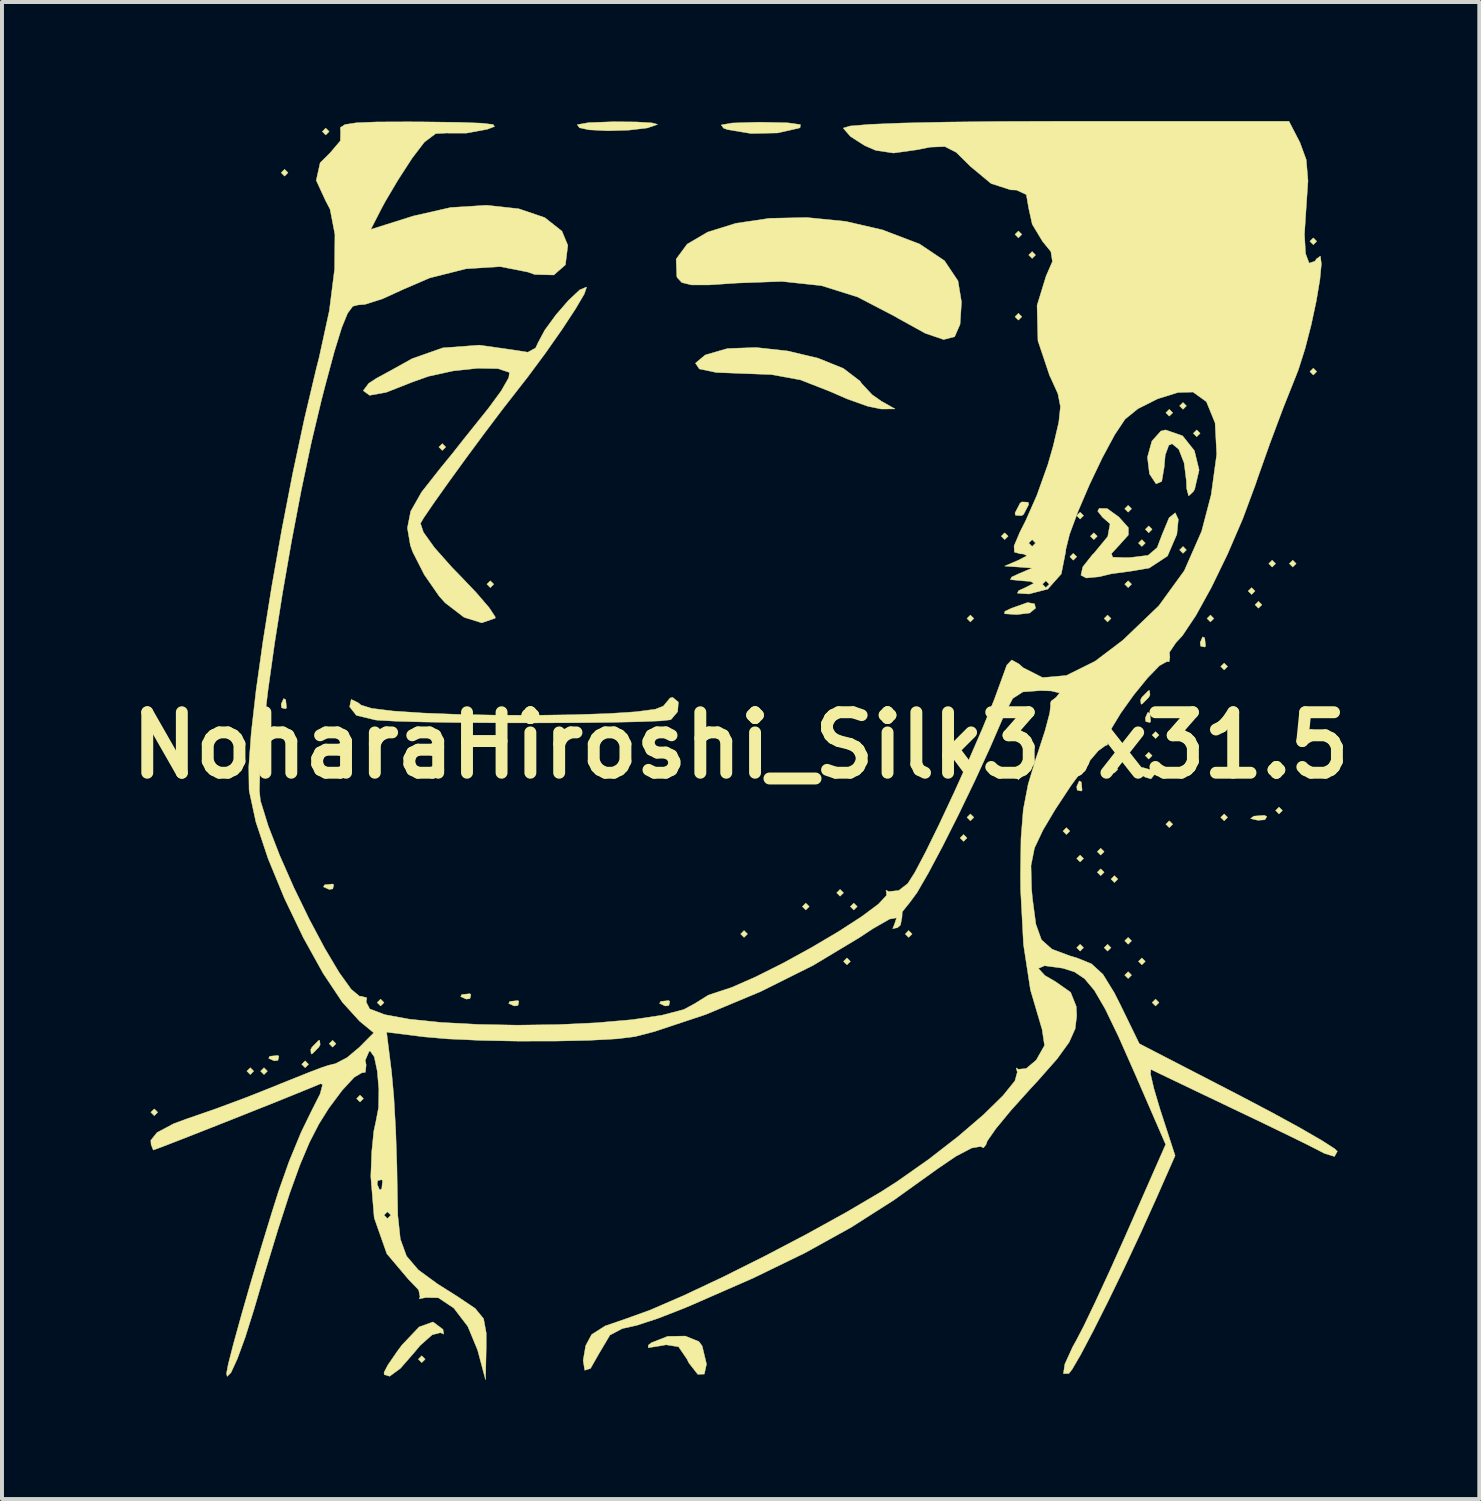
<source format=kicad_pcb>
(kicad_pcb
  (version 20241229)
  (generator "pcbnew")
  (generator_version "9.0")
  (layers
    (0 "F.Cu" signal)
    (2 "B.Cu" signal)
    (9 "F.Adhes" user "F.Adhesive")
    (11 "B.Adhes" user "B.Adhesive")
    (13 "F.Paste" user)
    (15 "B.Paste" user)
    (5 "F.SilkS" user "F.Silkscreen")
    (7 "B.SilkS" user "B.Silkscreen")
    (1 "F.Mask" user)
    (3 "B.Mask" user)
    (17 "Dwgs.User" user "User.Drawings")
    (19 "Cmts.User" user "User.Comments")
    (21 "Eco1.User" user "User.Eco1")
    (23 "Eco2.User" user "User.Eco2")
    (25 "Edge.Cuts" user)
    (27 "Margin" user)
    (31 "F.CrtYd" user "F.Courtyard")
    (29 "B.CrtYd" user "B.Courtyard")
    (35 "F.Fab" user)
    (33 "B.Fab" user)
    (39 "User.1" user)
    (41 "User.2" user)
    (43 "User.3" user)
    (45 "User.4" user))
  (footprint "NoharaHiroshi_Silk30x31.5"
    (layer "F.Cu")
    (at 15.61 15.729)
    (property "Reference" "NoharaHiroshi_Silk30x31.5" (at 0 0 0) (layer "F.SilkS") (effects (font (size 1.524 1.524) (thickness 0.3))))
    (attr through_hole)
    (fp_poly (pts (xy -14.687 9.244) (xy -14.773 9.331) (xy -14.86 9.244) (xy -14.773 9.158) (xy -14.687 9.244)) (stroke (width 0.01) (type solid)) (fill yes) (layer "F.SilkS"))
    (fp_poly (pts (xy -12.268 8.207) (xy -12.354 8.294) (xy -12.441 8.207) (xy -12.354 8.121) (xy -12.268 8.207)) (stroke (width 0.01) (type solid)) (fill yes) (layer "F.SilkS"))
    (fp_poly (pts (xy -11.922 8.207) (xy -12.009 8.294) (xy -12.095 8.207) (xy -12.009 8.121) (xy -11.922 8.207)) (stroke (width 0.01) (type solid)) (fill yes) (layer "F.SilkS"))
    (fp_poly (pts (xy -11.404 -14.428) (xy -11.49 -14.341) (xy -11.577 -14.428) (xy -11.49 -14.514) (xy -11.404 -14.428)) (stroke (width 0.01) (type solid)) (fill yes) (layer "F.SilkS"))
    (fp_poly (pts (xy -10.886 8.035) (xy -10.972 8.121) (xy -11.059 8.035) (xy -10.972 7.948) (xy -10.886 8.035)) (stroke (width 0.01) (type solid)) (fill yes) (layer "F.SilkS"))
    (fp_poly (pts (xy -10.367 -15.465) (xy -10.454 -15.378) (xy -10.54 -15.465) (xy -10.454 -15.551) (xy -10.367 -15.465)) (stroke (width 0.01) (type solid)) (fill yes) (layer "F.SilkS"))
    (fp_poly (pts (xy -10.195 7.516) (xy -10.281 7.603) (xy -10.367 7.516) (xy -10.281 7.43) (xy -10.195 7.516)) (stroke (width 0.01) (type solid)) (fill yes) (layer "F.SilkS"))
    (fp_poly (pts (xy -9.503 8.899) (xy -9.59 8.985) (xy -9.676 8.899) (xy -9.59 8.812) (xy -9.503 8.899)) (stroke (width 0.01) (type solid)) (fill yes) (layer "F.SilkS"))
    (fp_poly (pts (xy -8.985 6.48) (xy -9.071 6.566) (xy -9.158 6.48) (xy -9.071 6.393) (xy -8.985 6.48)) (stroke (width 0.01) (type solid)) (fill yes) (layer "F.SilkS"))
    (fp_poly (pts (xy -7.948 15.465) (xy -8.035 15.551) (xy -8.121 15.465) (xy -8.035 15.378) (xy -7.948 15.465)) (stroke (width 0.01) (type solid)) (fill yes) (layer "F.SilkS"))
    (fp_poly (pts (xy -7.43 -7.516) (xy -7.516 -7.43) (xy -7.603 -7.516) (xy -7.516 -7.603) (xy -7.43 -7.516)) (stroke (width 0.01) (type solid)) (fill yes) (layer "F.SilkS"))
    (fp_poly (pts (xy -6.22 -4.061) (xy -6.307 -3.974) (xy -6.393 -4.061) (xy -6.307 -4.147) (xy -6.22 -4.061)) (stroke (width 0.01) (type solid)) (fill yes) (layer "F.SilkS"))
    (fp_poly (pts (xy 0.173 4.752) (xy 0.086 4.838) (xy 0 4.752) (xy 0.086 4.665) (xy 0.173 4.752)) (stroke (width 0.01) (type solid)) (fill yes) (layer "F.SilkS"))
    (fp_poly (pts (xy 1.728 4.061) (xy 1.641 4.147) (xy 1.555 4.061) (xy 1.641 3.974) (xy 1.728 4.061)) (stroke (width 0.01) (type solid)) (fill yes) (layer "F.SilkS"))
    (fp_poly (pts (xy 2.592 3.715) (xy 2.505 3.801) (xy 2.419 3.715) (xy 2.505 3.629) (xy 2.592 3.715)) (stroke (width 0.01) (type solid)) (fill yes) (layer "F.SilkS"))
    (fp_poly (pts (xy 2.765 5.443) (xy 2.678 5.529) (xy 2.592 5.443) (xy 2.678 5.356) (xy 2.765 5.443)) (stroke (width 0.01) (type solid)) (fill yes) (layer "F.SilkS"))
    (fp_poly (pts (xy 2.937 4.061) (xy 2.851 4.147) (xy 2.765 4.061) (xy 2.851 3.974) (xy 2.937 4.061)) (stroke (width 0.01) (type solid)) (fill yes) (layer "F.SilkS"))
    (fp_poly (pts (xy 4.32 4.752) (xy 4.233 4.838) (xy 4.147 4.752) (xy 4.233 4.665) (xy 4.32 4.752)) (stroke (width 0.01) (type solid)) (fill yes) (layer "F.SilkS"))
    (fp_poly (pts (xy 5.356 -0.086) (xy 5.27 0) (xy 5.184 -0.086) (xy 5.27 -0.173) (xy 5.356 -0.086)) (stroke (width 0.01) (type solid)) (fill yes) (layer "F.SilkS"))
    (fp_poly (pts (xy 5.702 2.333) (xy 5.616 2.419) (xy 5.529 2.333) (xy 5.616 2.246) (xy 5.702 2.333)) (stroke (width 0.01) (type solid)) (fill yes) (layer "F.SilkS"))
    (fp_poly (pts (xy 5.875 -3.197) (xy 5.788 -3.11) (xy 5.702 -3.197) (xy 5.788 -3.283) (xy 5.875 -3.197)) (stroke (width 0.01) (type solid)) (fill yes) (layer "F.SilkS"))
    (fp_poly (pts (xy 5.875 1.814) (xy 5.788 1.901) (xy 5.702 1.814) (xy 5.788 1.728) (xy 5.875 1.814)) (stroke (width 0.01) (type solid)) (fill yes) (layer "F.SilkS"))
    (fp_poly (pts (xy 6.739 -5.27) (xy 6.652 -5.184) (xy 6.566 -5.27) (xy 6.652 -5.356) (xy 6.739 -5.27)) (stroke (width 0.01) (type solid)) (fill yes) (layer "F.SilkS"))
    (fp_poly (pts (xy 7.084 -12.873) (xy 6.998 -12.786) (xy 6.912 -12.873) (xy 6.998 -12.959) (xy 7.084 -12.873)) (stroke (width 0.01) (type solid)) (fill yes) (layer "F.SilkS"))
    (fp_poly (pts (xy 7.084 -10.799) (xy 6.998 -10.713) (xy 6.912 -10.799) (xy 6.998 -10.886) (xy 7.084 -10.799)) (stroke (width 0.01) (type solid)) (fill yes) (layer "F.SilkS"))
    (fp_poly (pts (xy 7.084 0.778) (xy 6.998 0.864) (xy 6.912 0.778) (xy 6.998 0.691) (xy 7.084 0.778)) (stroke (width 0.01) (type solid)) (fill yes) (layer "F.SilkS"))
    (fp_poly (pts (xy 7.43 -12.354) (xy 7.344 -12.268) (xy 7.257 -12.354) (xy 7.344 -12.441) (xy 7.43 -12.354)) (stroke (width 0.01) (type solid)) (fill yes) (layer "F.SilkS"))
    (fp_poly (pts (xy 8.294 2.16) (xy 8.207 2.246) (xy 8.121 2.16) (xy 8.207 2.073) (xy 8.294 2.16)) (stroke (width 0.01) (type solid)) (fill yes) (layer "F.SilkS"))
    (fp_poly (pts (xy 8.467 -4.752) (xy 8.38 -4.665) (xy 8.294 -4.752) (xy 8.38 -4.838) (xy 8.467 -4.752)) (stroke (width 0.01) (type solid)) (fill yes) (layer "F.SilkS"))
    (fp_poly (pts (xy 8.639 -5.788) (xy 8.553 -5.702) (xy 8.467 -5.788) (xy 8.553 -5.875) (xy 8.639 -5.788)) (stroke (width 0.01) (type solid)) (fill yes) (layer "F.SilkS"))
    (fp_poly (pts (xy 8.639 2.851) (xy 8.553 2.937) (xy 8.467 2.851) (xy 8.553 2.765) (xy 8.639 2.851)) (stroke (width 0.01) (type solid)) (fill yes) (layer "F.SilkS"))
    (fp_poly (pts (xy 8.639 5.097) (xy 8.553 5.184) (xy 8.467 5.097) (xy 8.553 5.011) (xy 8.639 5.097)) (stroke (width 0.01) (type solid)) (fill yes) (layer "F.SilkS"))
    (fp_poly (pts (xy 8.985 -5.27) (xy 8.899 -5.184) (xy 8.812 -5.27) (xy 8.899 -5.356) (xy 8.985 -5.27)) (stroke (width 0.01) (type solid)) (fill yes) (layer "F.SilkS"))
    (fp_poly (pts (xy 9.158 2.678) (xy 9.071 2.765) (xy 8.985 2.678) (xy 9.071 2.592) (xy 9.158 2.678)) (stroke (width 0.01) (type solid)) (fill yes) (layer "F.SilkS"))
    (fp_poly (pts (xy 9.158 3.197) (xy 9.071 3.283) (xy 8.985 3.197) (xy 9.071 3.11) (xy 9.158 3.197)) (stroke (width 0.01) (type solid)) (fill yes) (layer "F.SilkS"))
    (fp_poly (pts (xy 9.331 -3.197) (xy 9.244 -3.11) (xy 9.158 -3.197) (xy 9.244 -3.283) (xy 9.331 -3.197)) (stroke (width 0.01) (type solid)) (fill yes) (layer "F.SilkS"))
    (fp_poly (pts (xy 9.331 5.097) (xy 9.244 5.184) (xy 9.158 5.097) (xy 9.244 5.011) (xy 9.331 5.097)) (stroke (width 0.01) (type solid)) (fill yes) (layer "F.SilkS"))
    (fp_poly (pts (xy 9.503 0.605) (xy 9.417 0.691) (xy 9.331 0.605) (xy 9.417 0.518) (xy 9.503 0.605)) (stroke (width 0.01) (type solid)) (fill yes) (layer "F.SilkS"))
    (fp_poly (pts (xy 9.503 3.369) (xy 9.417 3.456) (xy 9.331 3.369) (xy 9.417 3.283) (xy 9.503 3.369)) (stroke (width 0.01) (type solid)) (fill yes) (layer "F.SilkS"))
    (fp_poly (pts (xy 9.849 -5.961) (xy 9.763 -5.875) (xy 9.676 -5.961) (xy 9.763 -6.048) (xy 9.849 -5.961)) (stroke (width 0.01) (type solid)) (fill yes) (layer "F.SilkS"))
    (fp_poly (pts (xy 9.849 -4.061) (xy 9.763 -3.974) (xy 9.676 -4.061) (xy 9.763 -4.147) (xy 9.849 -4.061)) (stroke (width 0.01) (type solid)) (fill yes) (layer "F.SilkS"))
    (fp_poly (pts (xy 9.849 4.924) (xy 9.763 5.011) (xy 9.676 4.924) (xy 9.763 4.838) (xy 9.849 4.924)) (stroke (width 0.01) (type solid)) (fill yes) (layer "F.SilkS"))
    (fp_poly (pts (xy 9.849 5.788) (xy 9.763 5.875) (xy 9.676 5.788) (xy 9.763 5.702) (xy 9.849 5.788)) (stroke (width 0.01) (type solid)) (fill yes) (layer "F.SilkS"))
    (fp_poly (pts (xy 10.195 -5.097) (xy 10.108 -5.011) (xy 10.022 -5.097) (xy 10.108 -5.184) (xy 10.195 -5.097)) (stroke (width 0.01) (type solid)) (fill yes) (layer "F.SilkS"))
    (fp_poly (pts (xy 10.195 5.443) (xy 10.108 5.529) (xy 10.022 5.443) (xy 10.108 5.356) (xy 10.195 5.443)) (stroke (width 0.01) (type solid)) (fill yes) (layer "F.SilkS"))
    (fp_poly (pts (xy 10.367 -5.443) (xy 10.281 -5.356) (xy 10.195 -5.443) (xy 10.281 -5.529) (xy 10.367 -5.443)) (stroke (width 0.01) (type solid)) (fill yes) (layer "F.SilkS"))
    (fp_poly (pts (xy 10.367 0.259) (xy 10.281 0.346) (xy 10.195 0.259) (xy 10.281 0.173) (xy 10.367 0.259)) (stroke (width 0.01) (type solid)) (fill yes) (layer "F.SilkS"))
    (fp_poly (pts (xy 10.54 -0.259) (xy 10.454 -0.173) (xy 10.367 -0.259) (xy 10.454 -0.346) (xy 10.54 -0.259)) (stroke (width 0.01) (type solid)) (fill yes) (layer "F.SilkS"))
    (fp_poly (pts (xy 10.54 6.48) (xy 10.454 6.566) (xy 10.367 6.48) (xy 10.454 6.393) (xy 10.54 6.48)) (stroke (width 0.01) (type solid)) (fill yes) (layer "F.SilkS"))
    (fp_poly (pts (xy 10.886 -8.38) (xy 10.799 -8.294) (xy 10.713 -8.38) (xy 10.799 -8.467) (xy 10.886 -8.38)) (stroke (width 0.01) (type solid)) (fill yes) (layer "F.SilkS"))
    (fp_poly (pts (xy 10.886 1.987) (xy 10.799 2.073) (xy 10.713 1.987) (xy 10.799 1.901) (xy 10.886 1.987)) (stroke (width 0.01) (type solid)) (fill yes) (layer "F.SilkS"))
    (fp_poly (pts (xy 11.231 -8.553) (xy 11.145 -8.467) (xy 11.059 -8.553) (xy 11.145 -8.639) (xy 11.231 -8.553)) (stroke (width 0.01) (type solid)) (fill yes) (layer "F.SilkS"))
    (fp_poly (pts (xy 11.231 -4.924) (xy 11.145 -4.838) (xy 11.059 -4.924) (xy 11.145 -5.011) (xy 11.231 -4.924)) (stroke (width 0.01) (type solid)) (fill yes) (layer "F.SilkS"))
    (fp_poly (pts (xy 11.577 -7.862) (xy 11.49 -7.776) (xy 11.404 -7.862) (xy 11.49 -7.948) (xy 11.577 -7.862)) (stroke (width 0.01) (type solid)) (fill yes) (layer "F.SilkS"))
    (fp_poly (pts (xy 11.922 -3.197) (xy 11.836 -3.11) (xy 11.75 -3.197) (xy 11.836 -3.283) (xy 11.922 -3.197)) (stroke (width 0.01) (type solid)) (fill yes) (layer "F.SilkS"))
    (fp_poly (pts (xy 12.268 -1.987) (xy 12.182 -1.901) (xy 12.095 -1.987) (xy 12.182 -2.073) (xy 12.268 -1.987)) (stroke (width 0.01) (type solid)) (fill yes) (layer "F.SilkS"))
    (fp_poly (pts (xy 12.268 1.814) (xy 12.182 1.901) (xy 12.095 1.814) (xy 12.182 1.728) (xy 12.268 1.814)) (stroke (width 0.01) (type solid)) (fill yes) (layer "F.SilkS"))
    (fp_poly (pts (xy 12.959 -3.888) (xy 12.873 -3.801) (xy 12.786 -3.888) (xy 12.873 -3.974) (xy 12.959 -3.888)) (stroke (width 0.01) (type solid)) (fill yes) (layer "F.SilkS"))
    (fp_poly (pts (xy 13.132 -3.542) (xy 13.046 -3.456) (xy 12.959 -3.542) (xy 13.046 -3.629) (xy 13.132 -3.542)) (stroke (width 0.01) (type solid)) (fill yes) (layer "F.SilkS"))
    (fp_poly (pts (xy 13.478 -4.579) (xy 13.391 -4.493) (xy 13.305 -4.579) (xy 13.391 -4.665) (xy 13.478 -4.579)) (stroke (width 0.01) (type solid)) (fill yes) (layer "F.SilkS"))
    (fp_poly (pts (xy 13.65 1.641) (xy 13.564 1.728) (xy 13.478 1.641) (xy 13.564 1.555) (xy 13.65 1.641)) (stroke (width 0.01) (type solid)) (fill yes) (layer "F.SilkS"))
    (fp_poly (pts (xy 13.996 -4.579) (xy 13.91 -4.493) (xy 13.823 -4.579) (xy 13.91 -4.665) (xy 13.996 -4.579)) (stroke (width 0.01) (type solid)) (fill yes) (layer "F.SilkS"))
    (fp_poly (pts (xy 14.514 -12.7) (xy 14.428 -12.614) (xy 14.341 -12.7) (xy 14.428 -12.786) (xy 14.514 -12.7)) (stroke (width 0.01) (type solid)) (fill yes) (layer "F.SilkS"))
    (fp_poly (pts (xy 14.514 -9.417) (xy 14.428 -9.331) (xy 14.341 -9.417) (xy 14.428 -9.503) (xy 14.514 -9.417)) (stroke (width 0.01) (type solid)) (fill yes) (layer "F.SilkS"))
    (fp_poly (pts (xy -11.634 7.833) (xy -11.658 7.936) (xy -11.75 7.948) (xy -11.892 7.885) (xy -11.865 7.833) (xy -11.66 7.812) (xy -11.634 7.833)) (stroke (width 0.01) (type solid)) (fill yes) (layer "F.SilkS"))
    (fp_poly (pts (xy -11.462 -1.152) (xy -11.441 -0.947) (xy -11.462 -0.922) (xy -11.564 -0.945) (xy -11.577 -1.037) (xy -11.514 -1.179) (xy -11.462 -1.152)) (stroke (width 0.01) (type solid)) (fill yes) (layer "F.SilkS"))
    (fp_poly (pts (xy -10.252 3.513) (xy -10.276 3.616) (xy -10.367 3.629) (xy -10.51 3.565) (xy -10.483 3.513) (xy -10.277 3.493) (xy -10.252 3.513)) (stroke (width 0.01) (type solid)) (fill yes) (layer "F.SilkS"))
    (fp_poly (pts (xy -6.796 6.278) (xy -6.82 6.381) (xy -6.912 6.393) (xy -7.054 6.33) (xy -7.027 6.278) (xy -6.822 6.257) (xy -6.796 6.278)) (stroke (width 0.01) (type solid)) (fill yes) (layer "F.SilkS"))
    (fp_poly (pts (xy -5.587 6.451) (xy -5.611 6.554) (xy -5.702 6.566) (xy -5.844 6.503) (xy -5.817 6.451) (xy -5.612 6.43) (xy -5.587 6.451)) (stroke (width 0.01) (type solid)) (fill yes) (layer "F.SilkS"))
    (fp_poly (pts (xy -1.785 6.451) (xy -1.809 6.554) (xy -1.901 6.566) (xy -2.043 6.503) (xy -2.016 6.451) (xy -1.811 6.43) (xy -1.785 6.451)) (stroke (width 0.01) (type solid)) (fill yes) (layer "F.SilkS"))
    (fp_poly (pts (xy 8.582 0.922) (xy 8.603 1.127) (xy 8.582 1.152) (xy 8.479 1.128) (xy 8.467 1.037) (xy 8.53 0.895) (xy 8.582 0.922)) (stroke (width 0.01) (type solid)) (fill yes) (layer "F.SilkS"))
    (fp_poly (pts (xy 10.31 -0.806) (xy 10.33 -0.601) (xy 10.31 -0.576) (xy 10.207 -0.6) (xy 10.195 -0.691) (xy 10.258 -0.833) (xy 10.31 -0.806)) (stroke (width 0.01) (type solid)) (fill yes) (layer "F.SilkS"))
    (fp_poly (pts (xy 11.692 -2.707) (xy 11.713 -2.502) (xy 11.692 -2.477) (xy 11.589 -2.5) (xy 11.577 -2.592) (xy 11.64 -2.734) (xy 11.692 -2.707)) (stroke (width 0.01) (type solid)) (fill yes) (layer "F.SilkS"))
    (fp_poly (pts (xy 13.258 1.796) (xy 13.206 1.875) (xy 13.031 1.887) (xy 12.847 1.845) (xy 12.927 1.783) (xy 13.197 1.762) (xy 13.258 1.796)) (stroke (width 0.01) (type solid)) (fill yes) (layer "F.SilkS"))
    (fp_poly (pts (xy -10.594 7.542) (xy -10.627 7.603) (xy -10.789 7.768) (xy -10.82 7.776) (xy -10.832 7.664) (xy -10.799 7.603) (xy -10.637 7.438) (xy -10.606 7.43) (xy -10.594 7.542)) (stroke (width 0.01) (type solid)) (fill yes) (layer "F.SilkS"))
    (fp_poly (pts (xy 7.244 -6.126) (xy 7.257 -6.068) (xy 7.131 -5.824) (xy 7.084 -5.788) (xy 6.925 -5.796) (xy 6.912 -5.854) (xy 7.038 -6.099) (xy 7.084 -6.134) (xy 7.244 -6.126)) (stroke (width 0.01) (type solid)) (fill yes) (layer "F.SilkS"))
    (fp_poly (pts (xy 7.405 -3.566) (xy 7.43 -3.456) (xy 7.281 -3.334) (xy 6.955 -3.295) (xy 6.647 -3.316) (xy 6.658 -3.377) (xy 6.825 -3.456) (xy 7.229 -3.599) (xy 7.405 -3.566)) (stroke (width 0.01) (type solid)) (fill yes) (layer "F.SilkS"))
    (fp_poly (pts (xy 10.142 0.562) (xy 10.402 0.635) (xy 10.432 0.727) (xy 10.337 0.845) (xy 10.191 0.8) (xy 10.024 0.696) (xy 9.892 0.578) (xy 10.07 0.557) (xy 10.142 0.562)) (stroke (width 0.01) (type solid)) (fill yes) (layer "F.SilkS"))
    (fp_poly (pts (xy 10.313 -1.271) (xy 10.281 -1.21) (xy 10.118 -1.045) (xy 10.088 -1.037) (xy 10.076 -1.148) (xy 10.108 -1.21) (xy 10.271 -1.375) (xy 10.301 -1.382) (xy 10.313 -1.271)) (stroke (width 0.01) (type solid)) (fill yes) (layer "F.SilkS"))
    (fp_poly (pts (xy 1.182 -15.685) (xy 1.507 -15.64) (xy 1.497 -15.564) (xy 1.469 -15.551) (xy 0.926 -15.429) (xy 0.258 -15.416) (xy -0.331 -15.514) (xy -0.432 -15.551) (xy -0.489 -15.631) (xy -0.213 -15.68) (xy 0.402 -15.699) (xy 0.518 -15.7) (xy 1.182 -15.685)) (stroke (width 0.01) (type solid)) (fill yes) (layer "F.SilkS"))
    (fp_poly (pts (xy -2.633 -15.707) (xy -2.235 -15.683) (xy -2.095 -15.646) (xy -2.097 -15.643) (xy -2.347 -15.556) (xy -2.807 -15.501) (xy -3.342 -15.484) (xy -3.819 -15.508) (xy -4.061 -15.56) (xy -4.117 -15.638) (xy -3.833 -15.689) (xy -3.211 -15.712) (xy -3.211 -15.712) (xy -2.633 -15.707)) (stroke (width 0.01) (type solid)) (fill yes) (layer "F.SilkS"))
    (fp_poly (pts (xy -7.5 14.714) (xy -7.48 14.833) (xy -7.565 14.797) (xy -7.772 14.85) (xy -8.077 15.121) (xy -8.217 15.289) (xy -8.572 15.696) (xy -8.843 15.895) (xy -8.978 15.855) (xy -8.985 15.799) (xy -8.889 15.613) (xy -8.649 15.264) (xy -8.533 15.108) (xy -8.1 14.652) (xy -7.751 14.526) (xy -7.5 14.714)) (stroke (width 0.01) (type solid)) (fill yes) (layer "F.SilkS"))
    (fp_poly (pts (xy -1.053 15.019) (xy -0.969 15.133) (xy -0.86 15.588) (xy -0.915 15.84) (xy -1.08 15.846) (xy -1.304 15.56) (xy -1.353 15.461) (xy -1.564 15.152) (xy -1.878 15.102) (xy -2.028 15.129) (xy -2.327 15.176) (xy -2.325 15.11) (xy -2.246 15.049) (xy -1.84 14.889) (xy -1.394 14.882) (xy -1.053 15.019)) (stroke (width 0.01) (type solid)) (fill yes) (layer "F.SilkS"))
    (fp_poly (pts (xy 11.134 -7.799) (xy 11.432 -7.425) (xy 11.551 -6.938) (xy 11.438 -6.451) (xy 11.404 -6.393) (xy 11.287 -6.284) (xy 11.237 -6.471) (xy 11.231 -6.652) (xy 11.173 -7.114) (xy 11.038 -7.46) (xy 10.87 -7.599) (xy 10.787 -7.562) (xy 10.697 -7.315) (xy 10.67 -7.005) (xy 10.609 -6.65) (xy 10.466 -6.588) (xy 10.3 -6.839) (xy 10.249 -7.261) (xy 10.361 -7.666) (xy 10.587 -7.919) (xy 10.705 -7.948) (xy 11.134 -7.799)) (stroke (width 0.01) (type solid)) (fill yes) (layer "F.SilkS"))
    (fp_poly (pts (xy 1.182 -9.937) (xy 1.949 -9.755) (xy 2.589 -9.497) (xy 3.004 -9.18) (xy 3.049 -9.116) (xy 3.316 -8.831) (xy 3.542 -8.673) (xy 3.888 -8.477) (xy 3.542 -8.474) (xy 3.204 -8.543) (xy 2.687 -8.727) (xy 2.246 -8.919) (xy 1.507 -9.208) (xy 0.773 -9.342) (xy 0.13 -9.366) (xy -0.616 -9.395) (xy -1.041 -9.484) (xy -1.139 -9.63) (xy -0.901 -9.829) (xy -0.88 -9.84) (xy -0.332 -9.998) (xy 0.389 -10.024) (xy 1.182 -9.937)) (stroke (width 0.01) (type solid)) (fill yes) (layer "F.SilkS"))
    (fp_poly (pts (xy 2.648 -13.201) (xy 3.572 -12.988) (xy 4.511 -12.63) (xy 5.135 -12.211) (xy 5.476 -11.702) (xy 5.564 -11.17) (xy 5.528 -10.608) (xy 5.392 -10.296) (xy 5.114 -10.224) (xy 4.651 -10.382) (xy 3.961 -10.763) (xy 3.889 -10.806) (xy 2.947 -11.296) (xy 2.037 -11.582) (xy 1.04 -11.689) (xy -0.087 -11.648) (xy -0.799 -11.6) (xy -1.24 -11.601) (xy -1.482 -11.66) (xy -1.597 -11.784) (xy -1.609 -11.814) (xy -1.625 -12.252) (xy -1.348 -12.628) (xy -0.83 -12.932) (xy -0.122 -13.153) (xy 0.728 -13.279) (xy 1.668 -13.299) (xy 2.648 -13.201)) (stroke (width 0.01) (type solid)) (fill yes) (layer "F.SilkS"))
    (fp_poly (pts (xy 9.234 -5.967) (xy 9.527 -5.755) (xy 9.527 -5.755) (xy 9.769 -5.486) (xy 9.769 -5.301) (xy 9.548 -5.055) (xy 9.342 -4.831) (xy 9.373 -4.741) (xy 9.689 -4.73) (xy 9.831 -4.734) (xy 10.266 -4.788) (xy 10.494 -4.983) (xy 10.619 -5.313) (xy 10.794 -5.733) (xy 10.949 -5.86) (xy 11.027 -5.694) (xy 10.99 -5.318) (xy 10.754 -4.77) (xy 10.294 -4.468) (xy 9.838 -4.39) (xy 9.336 -4.322) (xy 9.032 -4.248) (xy 8.706 -4.217) (xy 8.573 -4.288) (xy 8.62 -4.497) (xy 8.863 -4.804) (xy 8.904 -4.843) (xy 9.249 -5.262) (xy 9.307 -5.581) (xy 9.115 -5.75) (xy 8.996 -5.901) (xy 9.033 -5.971) (xy 9.234 -5.967)) (stroke (width 0.01) (type solid)) (fill yes) (layer "F.SilkS"))
    (fp_poly (pts (xy -1.569 -1.091) (xy -1.587 -0.849) (xy -1.751 -0.654) (xy -1.773 -0.644) (xy -2.013 -0.617) (xy -2.535 -0.596) (xy -3.274 -0.58) (xy -4.166 -0.57) (xy -5.147 -0.566) (xy -6.153 -0.568) (xy -7.119 -0.575) (xy -7.982 -0.589) (xy -8.678 -0.608) (xy -9.142 -0.634) (xy -9.201 -0.64) (xy -9.682 -0.756) (xy -9.849 -0.968) (xy -9.849 -0.982) (xy -9.811 -1.158) (xy -9.638 -1.075) (xy -9.563 -1.015) (xy -9.3 -0.933) (xy -8.767 -0.866) (xy -8.026 -0.816) (xy -7.138 -0.781) (xy -6.163 -0.761) (xy -5.164 -0.758) (xy -4.202 -0.772) (xy -3.338 -0.801) (xy -2.633 -0.847) (xy -2.148 -0.911) (xy -1.945 -0.991) (xy -1.944 -0.994) (xy -1.777 -1.194) (xy -1.713 -1.21) (xy -1.569 -1.091)) (stroke (width 0.01) (type solid)) (fill yes) (layer "F.SilkS"))
    (fp_poly (pts (xy -3.882 -11.543) (xy -3.938 -11.375) (xy -4.159 -10.999) (xy -4.5 -10.48) (xy -4.916 -9.886) (xy -5.364 -9.282) (xy -5.663 -8.899) (xy -6.015 -8.447) (xy -6.448 -7.873) (xy -6.912 -7.246) (xy -7.355 -6.635) (xy -7.729 -6.108) (xy -7.984 -5.734) (xy -8.067 -5.594) (xy -7.993 -5.371) (xy -7.713 -4.98) (xy -7.277 -4.489) (xy -7.123 -4.331) (xy -6.665 -3.852) (xy -6.335 -3.468) (xy -6.184 -3.238) (xy -6.184 -3.204) (xy -6.522 -3.087) (xy -6.968 -3.226) (xy -7.442 -3.589) (xy -7.595 -3.758) (xy -7.969 -4.298) (xy -8.26 -4.869) (xy -8.321 -5.039) (xy -8.396 -5.476) (xy -8.313 -5.897) (xy -8.038 -6.382) (xy -7.541 -7.013) (xy -7.522 -7.035) (xy -7.248 -7.37) (xy -7.171 -7.469) (xy -6.972 -7.721) (xy -6.639 -8.137) (xy -6.357 -8.489) (xy -6.033 -8.93) (xy -5.843 -9.262) (xy -5.824 -9.395) (xy -6.116 -9.492) (xy -6.627 -9.501) (xy -7.246 -9.434) (xy -7.861 -9.299) (xy -8.27 -9.154) (xy -8.93 -8.894) (xy -9.348 -8.819) (xy -9.503 -8.932) (xy -9.503 -8.944) (xy -9.37 -9.121) (xy -9.179 -9.246) (xy -8.811 -9.446) (xy -8.338 -9.709) (xy -8.278 -9.743) (xy -7.505 -10.015) (xy -6.583 -10.084) (xy -5.76 -9.967) (xy -5.362 -9.905) (xy -5.166 -10.012) (xy -5.106 -10.141) (xy -4.936 -10.46) (xy -4.653 -10.847) (xy -4.334 -11.215) (xy -4.053 -11.477) (xy -3.887 -11.546) (xy -3.882 -11.543)) (stroke (width 0.01) (type solid)) (fill yes) (layer "F.SilkS"))
    (fp_poly (pts (xy 14.09 -15.191) (xy 14.249 -14.757) (xy 14.294 -14.223) (xy 14.249 -13.563) (xy 14.205 -12.878) (xy 14.232 -12.392) (xy 14.322 -12.15) (xy 14.465 -12.196) (xy 14.508 -12.257) (xy 14.606 -12.327) (xy 14.631 -12.13) (xy 14.593 -11.732) (xy 14.504 -11.2) (xy 14.376 -10.6) (xy 14.222 -10.001) (xy 14.053 -9.468) (xy 13.975 -9.268) (xy 13.676 -8.519) (xy 13.337 -7.614) (xy 13.023 -6.729) (xy 12.972 -6.577) (xy 12.652 -5.713) (xy 12.269 -4.823) (xy 11.862 -3.984) (xy 11.47 -3.273) (xy 11.13 -2.764) (xy 10.966 -2.587) (xy 10.802 -2.343) (xy 10.814 -2.222) (xy 10.795 -2.106) (xy 10.739 -2.112) (xy 10.553 -2.009) (xy 10.253 -1.7) (xy 9.906 -1.274) (xy 9.58 -0.818) (xy 9.339 -0.421) (xy 9.252 -0.173) (xy 9.259 -0.148) (xy 9.239 -0.007) (xy 9.197 0) (xy 9.009 0.137) (xy 8.698 0.501) (xy 8.317 1.021) (xy 7.919 1.625) (xy 7.617 2.134) (xy 7.403 2.586) (xy 7.315 3.028) (xy 7.329 3.611) (xy 7.352 3.861) (xy 7.438 4.506) (xy 7.579 4.899) (xy 7.845 5.135) (xy 8.306 5.307) (xy 8.467 5.353) (xy 8.839 5.504) (xy 9.128 5.769) (xy 9.415 6.236) (xy 9.558 6.519) (xy 10.044 7.516) (xy 12.538 8.804) (xy 13.376 9.245) (xy 14.095 9.638) (xy 14.641 9.954) (xy 14.966 10.163) (xy 15.033 10.229) (xy 14.961 10.358) (xy 14.704 10.279) (xy 14.555 10.201) (xy 14.287 10.064) (xy 13.779 9.815) (xy 13.106 9.489) (xy 12.354 9.13) (xy 11.612 8.776) (xy 10.985 8.476) (xy 10.539 8.262) (xy 10.338 8.164) (xy 10.336 8.163) (xy 10.326 8.28) (xy 10.411 8.646) (xy 10.571 9.184) (xy 10.583 9.219) (xy 10.946 10.337) (xy 10.463 11.432) (xy 10.076 12.289) (xy 9.664 13.168) (xy 9.256 14.009) (xy 8.881 14.755) (xy 8.57 15.345) (xy 8.351 15.721) (xy 8.269 15.826) (xy 8.132 15.828) (xy 8.168 15.588) (xy 8.363 15.159) (xy 8.452 14.999) (xy 8.645 14.629) (xy 8.937 14.02) (xy 9.293 13.251) (xy 9.674 12.402) (xy 9.745 12.241) (xy 10.708 10.054) (xy 9.947 8.301) (xy 9.52 7.336) (xy 9.186 6.643) (xy 8.913 6.174) (xy 8.666 5.879) (xy 8.413 5.709) (xy 8.119 5.615) (xy 8.115 5.614) (xy 7.654 5.552) (xy 7.501 5.62) (xy 7.666 5.798) (xy 7.932 5.953) (xy 8.313 6.22) (xy 8.455 6.577) (xy 8.467 6.817) (xy 8.427 7.142) (xy 8.277 7.478) (xy 7.975 7.896) (xy 7.476 8.462) (xy 7.3 8.651) (xy 6.81 9.196) (xy 6.432 9.654) (xy 6.214 9.966) (xy 6.181 10.059) (xy 6.119 10.139) (xy 6.044 10.106) (xy 5.822 10.144) (xy 5.421 10.354) (xy 4.96 10.668) (xy 3.863 11.454) (xy 2.78 12.145) (xy 1.626 12.784) (xy 0.318 13.42) (xy -1.228 14.097) (xy -1.449 14.19) (xy -2.076 14.434) (xy -2.613 14.611) (xy -2.953 14.687) (xy -2.97 14.687) (xy -3.293 14.858) (xy -3.576 15.335) (xy -3.783 15.699) (xy -3.928 15.744) (xy -3.968 15.496) (xy -3.904 15.124) (xy -3.754 14.843) (xy -3.414 14.627) (xy -2.887 14.446) (xy -2.28 14.227) (xy -1.449 13.867) (xy -0.465 13.404) (xy 0.597 12.874) (xy 1.667 12.313) (xy 2.67 11.759) (xy 3.536 11.249) (xy 3.942 10.989) (xy 4.737 10.43) (xy 5.478 9.855) (xy 6.118 9.306) (xy 6.61 8.824) (xy 6.91 8.452) (xy 6.97 8.234) (xy 6.943 8.125) (xy 6.996 8.161) (xy 7.195 8.141) (xy 7.446 7.93) (xy 7.656 7.56) (xy 7.593 7.144) (xy 7.588 7.133) (xy 7.301 6.16) (xy 7.126 5.017) (xy 7.053 3.63) (xy 7.05 3.282) (xy 7.063 2.34) (xy 7.121 1.615) (xy 7.243 0.981) (xy 7.445 0.31) (xy 7.479 0.215) (xy 7.671 -0.377) (xy 7.788 -0.818) (xy 7.811 -1.031) (xy 7.801 -1.039) (xy 7.822 -1.115) (xy 7.948 -1.21) (xy 8.034 -1.32) (xy 7.826 -1.371) (xy 7.551 -1.38) (xy 7.111 -1.347) (xy 6.855 -1.182) (xy 6.649 -0.79) (xy 6.626 -0.734) (xy 6.291 0.04) (xy 5.902 0.888) (xy 5.49 1.743) (xy 5.088 2.541) (xy 4.728 3.218) (xy 4.444 3.709) (xy 4.267 3.95) (xy 4.266 3.951) (xy 4.071 4.194) (xy 4.065 4.327) (xy 4.027 4.528) (xy 3.95 4.594) (xy 3.829 4.617) (xy 3.871 4.519) (xy 3.929 4.345) (xy 3.753 4.376) (xy 3.33 4.619) (xy 2.984 4.847) (xy 1.831 5.54) (xy 0.502 6.203) (xy -0.876 6.779) (xy -2.173 7.211) (xy -2.662 7.337) (xy -3.109 7.393) (xy -3.811 7.431) (xy -4.677 7.45) (xy -5.619 7.451) (xy -6.546 7.433) (xy -7.369 7.396) (xy -7.971 7.344) (xy -8.92 7.225) (xy -8.794 8.235) (xy -8.737 8.868) (xy -8.69 9.705) (xy -8.66 10.604) (xy -8.654 10.985) (xy -8.638 11.841) (xy -8.574 12.438) (xy -8.418 12.867) (xy -8.122 13.214) (xy -7.64 13.567) (xy -7.128 13.89) (xy -6.689 14.185) (xy -6.476 14.445) (xy -6.41 14.805) (xy -6.41 15.164) (xy -6.427 15.983) (xy -6.628 15.232) (xy -6.874 14.639) (xy -7.226 14.178) (xy -7.615 13.918) (xy -7.928 13.911) (xy -8.099 13.944) (xy -8.078 13.896) (xy -8.112 13.72) (xy -8.359 13.463) (xy -8.364 13.459) (xy -8.914 12.808) (xy -9.232 11.905) (xy -9.238 11.836) (xy -8.985 11.836) (xy -8.899 11.922) (xy -8.812 11.836) (xy -8.899 11.75) (xy -8.985 11.836) (xy -9.238 11.836) (xy -9.302 11.059) (xy -9.158 11.059) (xy -9.095 11.201) (xy -9.043 11.174) (xy -9.022 10.969) (xy -9.043 10.943) (xy -9.145 10.967) (xy -9.158 11.059) (xy -9.302 11.059) (xy -9.318 10.86) (xy -9.294 10.234) (xy -9.242 9.717) (xy -9.187 9.463) (xy -9.122 9.122) (xy -9.115 8.666) (xy -9.155 8.205) (xy -9.231 7.846) (xy -9.334 7.7) (xy -9.36 7.707) (xy -9.458 7.934) (xy -9.435 8.05) (xy -9.455 8.237) (xy -9.542 8.249) (xy -9.734 8.36) (xy -10.04 8.691) (xy -10.376 9.141) (xy -10.627 9.542) (xy -10.862 9.999) (xy -11.1 10.561) (xy -11.359 11.278) (xy -11.658 12.201) (xy -12.016 13.378) (xy -12.265 14.224) (xy -12.481 14.911) (xy -12.68 15.454) (xy -12.839 15.801) (xy -12.936 15.899) (xy -12.954 15.827) (xy -12.909 15.588) (xy -12.78 15.085) (xy -12.587 14.386) (xy -12.349 13.556) (xy -12.084 12.663) (xy -11.812 11.773) (xy -11.641 11.231) (xy -11.376 10.482) (xy -11.075 9.751) (xy -10.803 9.193) (xy -10.797 9.182) (xy -10.593 8.778) (xy -10.533 8.546) (xy -10.583 8.524) (xy -10.907 8.659) (xy -11.435 8.873) (xy -12.094 9.137) (xy -12.81 9.422) (xy -13.511 9.699) (xy -14.124 9.939) (xy -14.575 10.114) (xy -14.791 10.193) (xy -14.799 10.195) (xy -14.854 10.054) (xy -14.86 9.949) (xy -14.704 9.755) (xy -14.288 9.533) (xy -13.953 9.409) (xy -13.241 9.163) (xy -12.454 8.87) (xy -12.095 8.729) (xy -11.358 8.432) (xy -10.873 8.238) (xy -10.574 8.124) (xy -10.392 8.063) (xy -10.26 8.03) (xy -10.211 8.02) (xy -9.918 7.868) (xy -9.606 7.606) (xy -9.244 7.242) (xy -9.602 6.947) (xy -10.035 6.47) (xy -10.52 5.742) (xy -11.019 4.842) (xy -11.494 3.853) (xy -11.905 2.855) (xy -12.213 1.93) (xy -12.38 1.159) (xy -12.385 1.117) (xy -12.393 0.544) (xy -12.331 -0.31) (xy -12.208 -1.39) (xy -12.032 -2.639) (xy -11.814 -4.003) (xy -11.562 -5.426) (xy -11.285 -6.853) (xy -10.991 -8.227) (xy -10.691 -9.495) (xy -10.621 -9.767) (xy -10.363 -10.949) (xy -10.23 -12.002) (xy -10.222 -12.873) (xy -10.344 -13.507) (xy -10.459 -13.727) (xy -10.693 -14.234) (xy -10.594 -14.678) (xy -10.345 -14.925) (xy -10.085 -15.231) (xy -10.08 -15.454) (xy -10.086 -15.565) (xy -9.969 -15.641) (xy -9.678 -15.686) (xy -9.162 -15.707) (xy -8.371 -15.71) (xy -7.986 -15.708) (xy -7.098 -15.697) (xy -6.525 -15.676) (xy -6.236 -15.642) (xy -6.201 -15.591) (xy -6.384 -15.522) (xy -6.909 -15.425) (xy -7.367 -15.425) (xy -7.385 -15.428) (xy -7.683 -15.413) (xy -7.968 -15.199) (xy -8.277 -14.794) (xy -8.634 -14.243) (xy -8.953 -13.704) (xy -9.041 -13.541) (xy -9.319 -12.999) (xy -8.245 -13.338) (xy -7.306 -13.551) (xy -6.4 -13.608) (xy -5.59 -13.519) (xy -4.937 -13.298) (xy -4.503 -12.956) (xy -4.354 -12.598) (xy -4.415 -12.106) (xy -4.707 -11.851) (xy -5.186 -11.863) (xy -5.362 -11.925) (xy -6.058 -12.062) (xy -6.92 -12.007) (xy -7.835 -11.776) (xy -8.499 -11.49) (xy -9.024 -11.25) (xy -9.462 -11.111) (xy -9.641 -11.096) (xy -9.772 -11.062) (xy -9.903 -10.886) (xy -10.051 -10.523) (xy -10.235 -9.927) (xy -10.47 -9.054) (xy -10.563 -8.693) (xy -10.817 -7.627) (xy -11.07 -6.427) (xy -11.314 -5.148) (xy -11.541 -3.844) (xy -11.742 -2.57) (xy -11.909 -1.38) (xy -12.034 -0.328) (xy -12.109 0.532) (xy -12.125 1.145) (xy -12.099 1.394) (xy -11.902 2.029) (xy -11.611 2.779) (xy -11.256 3.583) (xy -10.868 4.381) (xy -10.478 5.114) (xy -10.116 5.722) (xy -9.813 6.144) (xy -9.6 6.322) (xy -9.563 6.32) (xy -9.418 6.359) (xy -9.435 6.465) (xy -9.345 6.64) (xy -8.965 6.784) (xy -8.349 6.898) (xy -7.552 6.98) (xy -6.626 7.03) (xy -5.628 7.049) (xy -4.61 7.035) (xy -3.627 6.989) (xy -2.734 6.911) (xy -1.983 6.799) (xy -1.43 6.654) (xy -1.158 6.507) (xy -0.817 6.294) (xy -0.687 6.25) (xy -0.226 6.098) (xy 0.381 5.831) (xy 1.073 5.484) (xy 1.789 5.091) (xy 2.467 4.69) (xy 3.048 4.314) (xy 3.471 3.999) (xy 3.674 3.781) (xy 3.673 3.718) (xy 3.661 3.649) (xy 3.735 3.683) (xy 3.984 3.656) (xy 4.21 3.481) (xy 4.385 3.208) (xy 4.66 2.687) (xy 5.002 1.989) (xy 5.378 1.187) (xy 5.756 0.35) (xy 6.102 -0.449) (xy 6.384 -1.14) (xy 6.556 -1.61) (xy 6.705 -2.021) (xy 6.829 -2.152) (xy 7.01 -2.052) (xy 7.118 -1.956) (xy 7.608 -1.708) (xy 8.207 -1.761) (xy 8.93 -2.12) (xy 9.628 -2.648) (xy 10.537 -3.519) (xy 11.177 -4.4) (xy 11.614 -5.394) (xy 11.854 -6.312) (xy 11.994 -7.333) (xy 11.953 -8.124) (xy 11.734 -8.659) (xy 11.398 -8.901) (xy 11.019 -8.891) (xy 10.508 -8.732) (xy 10.009 -8.481) (xy 9.685 -8.218) (xy 9.424 -7.826) (xy 9.112 -7.246) (xy 8.79 -6.571) (xy 8.501 -5.897) (xy 8.287 -5.318) (xy 8.191 -4.929) (xy 8.19 -4.886) (xy 8.078 -4.319) (xy 7.738 -3.937) (xy 7.262 -3.814) (xy 6.972 -3.834) (xy 7.004 -3.898) (xy 7.171 -3.974) (xy 7.342 -4.061) (xy 7.603 -4.061) (xy 7.689 -3.974) (xy 7.776 -4.061) (xy 7.689 -4.147) (xy 7.603 -4.061) (xy 7.342 -4.061) (xy 7.39 -4.085) (xy 7.3 -4.131) (xy 7.084 -4.147) (xy 6.795 -4.176) (xy 6.829 -4.242) (xy 6.998 -4.32) (xy 7.344 -4.468) (xy 6.998 -4.493) (xy 6.652 -4.517) (xy 6.998 -4.665) (xy 7.216 -4.779) (xy 7.12 -4.822) (xy 7.049 -4.826) (xy 6.897 -4.868) (xy 6.888 -5.024) (xy 6.919 -5.097) (xy 7.257 -5.097) (xy 7.344 -5.011) (xy 7.43 -5.097) (xy 7.344 -5.184) (xy 7.257 -5.097) (xy 6.919 -5.097) (xy 7.033 -5.368) (xy 7.18 -5.659) (xy 7.465 -6.304) (xy 7.74 -7.075) (xy 7.875 -7.544) (xy 8.015 -8.14) (xy 8.057 -8.535) (xy 7.993 -8.86) (xy 7.818 -9.247) (xy 7.787 -9.308) (xy 7.49 -10.194) (xy 7.468 -11.084) (xy 7.694 -11.821) (xy 7.855 -12.19) (xy 7.816 -12.44) (xy 7.607 -12.696) (xy 7.346 -13.13) (xy 7.257 -13.532) (xy 7.198 -13.875) (xy 6.951 -13.99) (xy 6.802 -13.996) (xy 6.308 -14.156) (xy 5.792 -14.585) (xy 5.432 -14.94) (xy 5.146 -15.086) (xy 4.776 -15.072) (xy 4.445 -15.006) (xy 3.852 -14.923) (xy 3.404 -14.99) (xy 3.123 -15.112) (xy 2.766 -15.341) (xy 2.595 -15.537) (xy 2.592 -15.555) (xy 2.762 -15.605) (xy 3.259 -15.646) (xy 4.067 -15.679) (xy 5.167 -15.703) (xy 6.542 -15.719) (xy 8.175 -15.724) (xy 8.203 -15.724) (xy 13.814 -15.724) (xy 14.09 -15.191)) (stroke (width 0.01) (type solid)) (fill yes) (layer "F.SilkS")))
  (gr_rect
    (start -3 -3)
    (end 34.22 34.717)
    (stroke (width 0.1) (type default))
    (fill no)
    (layer "Edge.Cuts")))
</source>
